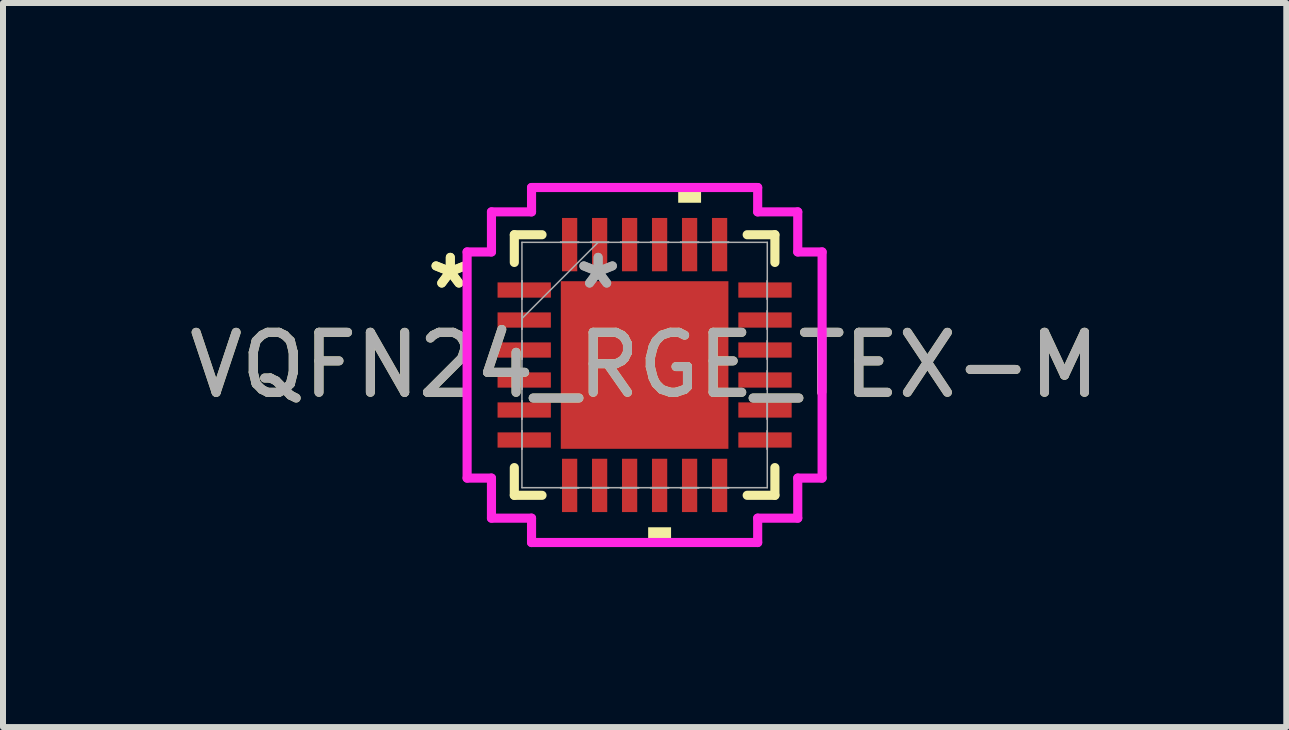
<source format=kicad_pcb>
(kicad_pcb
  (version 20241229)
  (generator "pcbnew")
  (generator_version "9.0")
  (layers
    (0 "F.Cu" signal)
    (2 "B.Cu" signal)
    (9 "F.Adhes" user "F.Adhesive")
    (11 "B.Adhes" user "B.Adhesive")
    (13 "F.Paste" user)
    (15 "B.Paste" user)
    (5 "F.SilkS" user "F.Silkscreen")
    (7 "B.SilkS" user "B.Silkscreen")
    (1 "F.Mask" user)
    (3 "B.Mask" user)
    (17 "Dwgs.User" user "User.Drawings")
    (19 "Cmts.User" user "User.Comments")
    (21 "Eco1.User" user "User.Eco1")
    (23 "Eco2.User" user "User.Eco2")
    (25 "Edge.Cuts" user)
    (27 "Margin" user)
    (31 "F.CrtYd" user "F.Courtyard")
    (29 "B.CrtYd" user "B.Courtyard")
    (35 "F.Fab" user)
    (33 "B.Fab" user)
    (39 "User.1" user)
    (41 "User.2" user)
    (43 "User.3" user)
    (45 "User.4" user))
  (footprint "VQFN24_RGE_TEX-M"
    (layer "F.Cu")
    (at 7.696 3.035)
    (property "Reference" "VQFN24_RGE_TEX-M" (at 0 0 0) (unlocked yes) (layer "F.SilkS") (effects (font (size 1 1) (thickness 0.15))))
    (attr smd)
    (fp_line (start -2.172 -2.172) (end -2.172 -1.71) (stroke (width 0.152) (type solid)) (layer "F.SilkS"))
    (fp_line (start -2.172 1.71) (end -2.172 2.172) (stroke (width 0.152) (type solid)) (layer "F.SilkS"))
    (fp_line (start -2.172 2.172) (end -1.71 2.172) (stroke (width 0.152) (type solid)) (layer "F.SilkS"))
    (fp_line (start -1.71 -2.172) (end -2.172 -2.172) (stroke (width 0.152) (type solid)) (layer "F.SilkS"))
    (fp_line (start 1.71 2.172) (end 2.172 2.172) (stroke (width 0.152) (type solid)) (layer "F.SilkS"))
    (fp_line (start 2.172 -2.172) (end 1.71 -2.172) (stroke (width 0.152) (type solid)) (layer "F.SilkS"))
    (fp_line (start 2.172 -1.71) (end 2.172 -2.172) (stroke (width 0.152) (type solid)) (layer "F.SilkS"))
    (fp_line (start 2.172 2.172) (end 2.172 1.71) (stroke (width 0.152) (type solid)) (layer "F.SilkS"))
    (fp_poly (pts (xy 0.059 2.705) (xy 0.059 2.959) (xy 0.441 2.959) (xy 0.441 2.705)) (stroke (width 0) (type solid)) (fill yes) (layer "F.SilkS"))
    (fp_poly (pts (xy 0.56 -2.705) (xy 0.56 -2.959) (xy 0.941 -2.959) (xy 0.941 -2.705)) (stroke (width 0) (type solid)) (fill yes) (layer "F.SilkS"))
    (fp_line (start -2.959 -1.885) (end -2.553 -1.885) (stroke (width 0.152) (type solid)) (layer "F.CrtYd"))
    (fp_line (start -2.959 1.885) (end -2.959 -1.885) (stroke (width 0.152) (type solid)) (layer "F.CrtYd"))
    (fp_line (start -2.553 -2.553) (end -1.885 -2.553) (stroke (width 0.152) (type solid)) (layer "F.CrtYd"))
    (fp_line (start -2.553 -1.885) (end -2.553 -2.553) (stroke (width 0.152) (type solid)) (layer "F.CrtYd"))
    (fp_line (start -2.553 1.885) (end -2.959 1.885) (stroke (width 0.152) (type solid)) (layer "F.CrtYd"))
    (fp_line (start -2.553 2.553) (end -2.553 1.885) (stroke (width 0.152) (type solid)) (layer "F.CrtYd"))
    (fp_line (start -1.885 -2.959) (end 1.885 -2.959) (stroke (width 0.152) (type solid)) (layer "F.CrtYd"))
    (fp_line (start -1.885 -2.553) (end -1.885 -2.959) (stroke (width 0.152) (type solid)) (layer "F.CrtYd"))
    (fp_line (start -1.885 2.553) (end -2.553 2.553) (stroke (width 0.152) (type solid)) (layer "F.CrtYd"))
    (fp_line (start -1.885 2.959) (end -1.885 2.553) (stroke (width 0.152) (type solid)) (layer "F.CrtYd"))
    (fp_line (start 1.885 -2.959) (end 1.885 -2.553) (stroke (width 0.152) (type solid)) (layer "F.CrtYd"))
    (fp_line (start 1.885 -2.553) (end 2.553 -2.553) (stroke (width 0.152) (type solid)) (layer "F.CrtYd"))
    (fp_line (start 1.885 2.553) (end 1.885 2.959) (stroke (width 0.152) (type solid)) (layer "F.CrtYd"))
    (fp_line (start 1.885 2.959) (end -1.885 2.959) (stroke (width 0.152) (type solid)) (layer "F.CrtYd"))
    (fp_line (start 2.553 -2.553) (end 2.553 -1.885) (stroke (width 0.152) (type solid)) (layer "F.CrtYd"))
    (fp_line (start 2.553 -1.885) (end 2.959 -1.885) (stroke (width 0.152) (type solid)) (layer "F.CrtYd"))
    (fp_line (start 2.553 1.885) (end 2.553 2.553) (stroke (width 0.152) (type solid)) (layer "F.CrtYd"))
    (fp_line (start 2.553 2.553) (end 1.885 2.553) (stroke (width 0.152) (type solid)) (layer "F.CrtYd"))
    (fp_line (start 2.959 -1.885) (end 2.959 1.885) (stroke (width 0.152) (type solid)) (layer "F.CrtYd"))
    (fp_line (start 2.959 1.885) (end 2.553 1.885) (stroke (width 0.152) (type solid)) (layer "F.CrtYd"))
    (fp_line (start -2.045 -2.045) (end -2.045 2.045) (stroke (width 0.025) (type solid)) (layer "F.Fab"))
    (fp_line (start -2.045 -1.402) (end -2.045 -1.402) (stroke (width 0.025) (type solid)) (layer "F.Fab"))
    (fp_line (start -2.045 -1.402) (end -2.045 -1.098) (stroke (width 0.025) (type solid)) (layer "F.Fab"))
    (fp_line (start -2.045 -1.098) (end -2.045 -1.402) (stroke (width 0.025) (type solid)) (layer "F.Fab"))
    (fp_line (start -2.045 -1.098) (end -2.045 -1.098) (stroke (width 0.025) (type solid)) (layer "F.Fab"))
    (fp_line (start -2.045 -0.902) (end -2.045 -0.902) (stroke (width 0.025) (type solid)) (layer "F.Fab"))
    (fp_line (start -2.045 -0.902) (end -2.045 -0.598) (stroke (width 0.025) (type solid)) (layer "F.Fab"))
    (fp_line (start -2.045 -0.775) (end -0.775 -2.045) (stroke (width 0.025) (type solid)) (layer "F.Fab"))
    (fp_line (start -2.045 -0.598) (end -2.045 -0.902) (stroke (width 0.025) (type solid)) (layer "F.Fab"))
    (fp_line (start -2.045 -0.598) (end -2.045 -0.598) (stroke (width 0.025) (type solid)) (layer "F.Fab"))
    (fp_line (start -2.045 -0.402) (end -2.045 -0.402) (stroke (width 0.025) (type solid)) (layer "F.Fab"))
    (fp_line (start -2.045 -0.402) (end -2.045 -0.098) (stroke (width 0.025) (type solid)) (layer "F.Fab"))
    (fp_line (start -2.045 -0.098) (end -2.045 -0.402) (stroke (width 0.025) (type solid)) (layer "F.Fab"))
    (fp_line (start -2.045 -0.098) (end -2.045 -0.098) (stroke (width 0.025) (type solid)) (layer "F.Fab"))
    (fp_line (start -2.045 0.098) (end -2.045 0.098) (stroke (width 0.025) (type solid)) (layer "F.Fab"))
    (fp_line (start -2.045 0.098) (end -2.045 0.402) (stroke (width 0.025) (type solid)) (layer "F.Fab"))
    (fp_line (start -2.045 0.402) (end -2.045 0.098) (stroke (width 0.025) (type solid)) (layer "F.Fab"))
    (fp_line (start -2.045 0.402) (end -2.045 0.402) (stroke (width 0.025) (type solid)) (layer "F.Fab"))
    (fp_line (start -2.045 0.598) (end -2.045 0.598) (stroke (width 0.025) (type solid)) (layer "F.Fab"))
    (fp_line (start -2.045 0.598) (end -2.045 0.902) (stroke (width 0.025) (type solid)) (layer "F.Fab"))
    (fp_line (start -2.045 0.902) (end -2.045 0.598) (stroke (width 0.025) (type solid)) (layer "F.Fab"))
    (fp_line (start -2.045 0.902) (end -2.045 0.902) (stroke (width 0.025) (type solid)) (layer "F.Fab"))
    (fp_line (start -2.045 1.098) (end -2.045 1.098) (stroke (width 0.025) (type solid)) (layer "F.Fab"))
    (fp_line (start -2.045 1.098) (end -2.045 1.402) (stroke (width 0.025) (type solid)) (layer "F.Fab"))
    (fp_line (start -2.045 1.402) (end -2.045 1.098) (stroke (width 0.025) (type solid)) (layer "F.Fab"))
    (fp_line (start -2.045 1.402) (end -2.045 1.402) (stroke (width 0.025) (type solid)) (layer "F.Fab"))
    (fp_line (start -2.045 2.045) (end 2.045 2.045) (stroke (width 0.025) (type solid)) (layer "F.Fab"))
    (fp_line (start -1.402 -2.045) (end -1.402 -2.045) (stroke (width 0.025) (type solid)) (layer "F.Fab"))
    (fp_line (start -1.402 -2.045) (end -1.098 -2.045) (stroke (width 0.025) (type solid)) (layer "F.Fab"))
    (fp_line (start -1.402 2.045) (end -1.402 2.045) (stroke (width 0.025) (type solid)) (layer "F.Fab"))
    (fp_line (start -1.402 2.045) (end -1.098 2.045) (stroke (width 0.025) (type solid)) (layer "F.Fab"))
    (fp_line (start -1.098 -2.045) (end -1.402 -2.045) (stroke (width 0.025) (type solid)) (layer "F.Fab"))
    (fp_line (start -1.098 -2.045) (end -1.098 -2.045) (stroke (width 0.025) (type solid)) (layer "F.Fab"))
    (fp_line (start -1.098 2.045) (end -1.402 2.045) (stroke (width 0.025) (type solid)) (layer "F.Fab"))
    (fp_line (start -1.098 2.045) (end -1.098 2.045) (stroke (width 0.025) (type solid)) (layer "F.Fab"))
    (fp_line (start -0.902 -2.045) (end -0.902 -2.045) (stroke (width 0.025) (type solid)) (layer "F.Fab"))
    (fp_line (start -0.902 -2.045) (end -0.598 -2.045) (stroke (width 0.025) (type solid)) (layer "F.Fab"))
    (fp_line (start -0.902 2.045) (end -0.902 2.045) (stroke (width 0.025) (type solid)) (layer "F.Fab"))
    (fp_line (start -0.902 2.045) (end -0.598 2.045) (stroke (width 0.025) (type solid)) (layer "F.Fab"))
    (fp_line (start -0.598 -2.045) (end -0.902 -2.045) (stroke (width 0.025) (type solid)) (layer "F.Fab"))
    (fp_line (start -0.598 -2.045) (end -0.598 -2.045) (stroke (width 0.025) (type solid)) (layer "F.Fab"))
    (fp_line (start -0.598 2.045) (end -0.902 2.045) (stroke (width 0.025) (type solid)) (layer "F.Fab"))
    (fp_line (start -0.598 2.045) (end -0.598 2.045) (stroke (width 0.025) (type solid)) (layer "F.Fab"))
    (fp_line (start -0.402 -2.045) (end -0.402 -2.045) (stroke (width 0.025) (type solid)) (layer "F.Fab"))
    (fp_line (start -0.402 -2.045) (end -0.098 -2.045) (stroke (width 0.025) (type solid)) (layer "F.Fab"))
    (fp_line (start -0.402 2.045) (end -0.402 2.045) (stroke (width 0.025) (type solid)) (layer "F.Fab"))
    (fp_line (start -0.402 2.045) (end -0.098 2.045) (stroke (width 0.025) (type solid)) (layer "F.Fab"))
    (fp_line (start -0.098 -2.045) (end -0.402 -2.045) (stroke (width 0.025) (type solid)) (layer "F.Fab"))
    (fp_line (start -0.098 -2.045) (end -0.098 -2.045) (stroke (width 0.025) (type solid)) (layer "F.Fab"))
    (fp_line (start -0.098 2.045) (end -0.402 2.045) (stroke (width 0.025) (type solid)) (layer "F.Fab"))
    (fp_line (start -0.098 2.045) (end -0.098 2.045) (stroke (width 0.025) (type solid)) (layer "F.Fab"))
    (fp_line (start 0.098 -2.045) (end 0.098 -2.045) (stroke (width 0.025) (type solid)) (layer "F.Fab"))
    (fp_line (start 0.098 -2.045) (end 0.402 -2.045) (stroke (width 0.025) (type solid)) (layer "F.Fab"))
    (fp_line (start 0.098 2.045) (end 0.098 2.045) (stroke (width 0.025) (type solid)) (layer "F.Fab"))
    (fp_line (start 0.098 2.045) (end 0.402 2.045) (stroke (width 0.025) (type solid)) (layer "F.Fab"))
    (fp_line (start 0.402 -2.045) (end 0.098 -2.045) (stroke (width 0.025) (type solid)) (layer "F.Fab"))
    (fp_line (start 0.402 -2.045) (end 0.402 -2.045) (stroke (width 0.025) (type solid)) (layer "F.Fab"))
    (fp_line (start 0.402 2.045) (end 0.098 2.045) (stroke (width 0.025) (type solid)) (layer "F.Fab"))
    (fp_line (start 0.402 2.045) (end 0.402 2.045) (stroke (width 0.025) (type solid)) (layer "F.Fab"))
    (fp_line (start 0.598 -2.045) (end 0.598 -2.045) (stroke (width 0.025) (type solid)) (layer "F.Fab"))
    (fp_line (start 0.598 -2.045) (end 0.902 -2.045) (stroke (width 0.025) (type solid)) (layer "F.Fab"))
    (fp_line (start 0.598 2.045) (end 0.598 2.045) (stroke (width 0.025) (type solid)) (layer "F.Fab"))
    (fp_line (start 0.598 2.045) (end 0.902 2.045) (stroke (width 0.025) (type solid)) (layer "F.Fab"))
    (fp_line (start 0.902 -2.045) (end 0.598 -2.045) (stroke (width 0.025) (type solid)) (layer "F.Fab"))
    (fp_line (start 0.902 -2.045) (end 0.902 -2.045) (stroke (width 0.025) (type solid)) (layer "F.Fab"))
    (fp_line (start 0.902 2.045) (end 0.598 2.045) (stroke (width 0.025) (type solid)) (layer "F.Fab"))
    (fp_line (start 0.902 2.045) (end 0.902 2.045) (stroke (width 0.025) (type solid)) (layer "F.Fab"))
    (fp_line (start 1.098 -2.045) (end 1.098 -2.045) (stroke (width 0.025) (type solid)) (layer "F.Fab"))
    (fp_line (start 1.098 -2.045) (end 1.402 -2.045) (stroke (width 0.025) (type solid)) (layer "F.Fab"))
    (fp_line (start 1.098 2.045) (end 1.098 2.045) (stroke (width 0.025) (type solid)) (layer "F.Fab"))
    (fp_line (start 1.098 2.045) (end 1.402 2.045) (stroke (width 0.025) (type solid)) (layer "F.Fab"))
    (fp_line (start 1.402 -2.045) (end 1.098 -2.045) (stroke (width 0.025) (type solid)) (layer "F.Fab"))
    (fp_line (start 1.402 -2.045) (end 1.402 -2.045) (stroke (width 0.025) (type solid)) (layer "F.Fab"))
    (fp_line (start 1.402 2.045) (end 1.098 2.045) (stroke (width 0.025) (type solid)) (layer "F.Fab"))
    (fp_line (start 1.402 2.045) (end 1.402 2.045) (stroke (width 0.025) (type solid)) (layer "F.Fab"))
    (fp_line (start 2.045 -2.045) (end -2.045 -2.045) (stroke (width 0.025) (type solid)) (layer "F.Fab"))
    (fp_line (start 2.045 -1.402) (end 2.045 -1.402) (stroke (width 0.025) (type solid)) (layer "F.Fab"))
    (fp_line (start 2.045 -1.402) (end 2.045 -1.098) (stroke (width 0.025) (type solid)) (layer "F.Fab"))
    (fp_line (start 2.045 -1.098) (end 2.045 -1.402) (stroke (width 0.025) (type solid)) (layer "F.Fab"))
    (fp_line (start 2.045 -1.098) (end 2.045 -1.098) (stroke (width 0.025) (type solid)) (layer "F.Fab"))
    (fp_line (start 2.045 -0.902) (end 2.045 -0.902) (stroke (width 0.025) (type solid)) (layer "F.Fab"))
    (fp_line (start 2.045 -0.902) (end 2.045 -0.598) (stroke (width 0.025) (type solid)) (layer "F.Fab"))
    (fp_line (start 2.045 -0.598) (end 2.045 -0.902) (stroke (width 0.025) (type solid)) (layer "F.Fab"))
    (fp_line (start 2.045 -0.598) (end 2.045 -0.598) (stroke (width 0.025) (type solid)) (layer "F.Fab"))
    (fp_line (start 2.045 -0.402) (end 2.045 -0.402) (stroke (width 0.025) (type solid)) (layer "F.Fab"))
    (fp_line (start 2.045 -0.402) (end 2.045 -0.098) (stroke (width 0.025) (type solid)) (layer "F.Fab"))
    (fp_line (start 2.045 -0.098) (end 2.045 -0.402) (stroke (width 0.025) (type solid)) (layer "F.Fab"))
    (fp_line (start 2.045 -0.098) (end 2.045 -0.098) (stroke (width 0.025) (type solid)) (layer "F.Fab"))
    (fp_line (start 2.045 0.098) (end 2.045 0.098) (stroke (width 0.025) (type solid)) (layer "F.Fab"))
    (fp_line (start 2.045 0.098) (end 2.045 0.402) (stroke (width 0.025) (type solid)) (layer "F.Fab"))
    (fp_line (start 2.045 0.402) (end 2.045 0.098) (stroke (width 0.025) (type solid)) (layer "F.Fab"))
    (fp_line (start 2.045 0.402) (end 2.045 0.402) (stroke (width 0.025) (type solid)) (layer "F.Fab"))
    (fp_line (start 2.045 0.598) (end 2.045 0.598) (stroke (width 0.025) (type solid)) (layer "F.Fab"))
    (fp_line (start 2.045 0.598) (end 2.045 0.902) (stroke (width 0.025) (type solid)) (layer "F.Fab"))
    (fp_line (start 2.045 0.902) (end 2.045 0.598) (stroke (width 0.025) (type solid)) (layer "F.Fab"))
    (fp_line (start 2.045 0.902) (end 2.045 0.902) (stroke (width 0.025) (type solid)) (layer "F.Fab"))
    (fp_line (start 2.045 1.098) (end 2.045 1.098) (stroke (width 0.025) (type solid)) (layer "F.Fab"))
    (fp_line (start 2.045 1.098) (end 2.045 1.402) (stroke (width 0.025) (type solid)) (layer "F.Fab"))
    (fp_line (start 2.045 1.402) (end 2.045 1.098) (stroke (width 0.025) (type solid)) (layer "F.Fab"))
    (fp_line (start 2.045 1.402) (end 2.045 1.402) (stroke (width 0.025) (type solid)) (layer "F.Fab"))
    (fp_line (start 2.045 2.045) (end 2.045 -2.045) (stroke (width 0.025) (type solid)) (layer "F.Fab"))
    (fp_text user "*" (at -3.239 -1.25 0) (unlocked yes) (layer "F.SilkS") (effects (font (size 1 1) (thickness 0.15))))
    (fp_text user "*" (at -3.239 -1.25 0) (layer "F.SilkS") (effects (font (size 1 1) (thickness 0.15))))
    (fp_text user "${REFERENCE}" (at 0 0 0) (unlocked yes) (layer "F.Fab") (effects (font (size 1 1) (thickness 0.15))))
    (fp_text user "*" (at -0.775 -1.25 0) (unlocked yes) (layer "F.Fab") (effects (font (size 1 1) (thickness 0.15))))
    (fp_text user "*" (at -0.775 -1.25 0) (layer "F.Fab") (effects (font (size 1 1) (thickness 0.15))))
    (pad "1" smd rect (at -2.007 -1.25 90) (size 0.254 0.889) (layers "F.Cu" "F.Mask" "F.Paste"))
    (pad "2" smd rect (at -2.007 -0.75 90) (size 0.254 0.889) (layers "F.Cu" "F.Mask" "F.Paste"))
    (pad "3" smd rect (at -2.007 -0.25 90) (size 0.254 0.889) (layers "F.Cu" "F.Mask" "F.Paste"))
    (pad "4" smd rect (at -2.007 0.25 90) (size 0.254 0.889) (layers "F.Cu" "F.Mask" "F.Paste"))
    (pad "5" smd rect (at -2.007 0.75 90) (size 0.254 0.889) (layers "F.Cu" "F.Mask" "F.Paste"))
    (pad "6" smd rect (at -2.007 1.25 90) (size 0.254 0.889) (layers "F.Cu" "F.Mask" "F.Paste"))
    (pad "7" smd rect (at -1.25 2.007) (size 0.254 0.889) (layers "F.Cu" "F.Mask" "F.Paste"))
    (pad "8" smd rect (at -0.75 2.007) (size 0.254 0.889) (layers "F.Cu" "F.Mask" "F.Paste"))
    (pad "9" smd rect (at -0.25 2.007) (size 0.254 0.889) (layers "F.Cu" "F.Mask" "F.Paste"))
    (pad "10" smd rect (at 0.25 2.007) (size 0.254 0.889) (layers "F.Cu" "F.Mask" "F.Paste"))
    (pad "11" smd rect (at 0.75 2.007) (size 0.254 0.889) (layers "F.Cu" "F.Mask" "F.Paste"))
    (pad "12" smd rect (at 1.25 2.007) (size 0.254 0.889) (layers "F.Cu" "F.Mask" "F.Paste"))
    (pad "13" smd rect (at 2.007 1.25 90) (size 0.254 0.889) (layers "F.Cu" "F.Mask" "F.Paste"))
    (pad "14" smd rect (at 2.007 0.75 90) (size 0.254 0.889) (layers "F.Cu" "F.Mask" "F.Paste"))
    (pad "15" smd rect (at 2.007 0.25 90) (size 0.254 0.889) (layers "F.Cu" "F.Mask" "F.Paste"))
    (pad "16" smd rect (at 2.007 -0.25 90) (size 0.254 0.889) (layers "F.Cu" "F.Mask" "F.Paste"))
    (pad "17" smd rect (at 2.007 -0.75 90) (size 0.254 0.889) (layers "F.Cu" "F.Mask" "F.Paste"))
    (pad "18" smd rect (at 2.007 -1.25 90) (size 0.254 0.889) (layers "F.Cu" "F.Mask" "F.Paste"))
    (pad "19" smd rect (at 1.25 -2.007) (size 0.254 0.889) (layers "F.Cu" "F.Mask" "F.Paste"))
    (pad "20" smd rect (at 0.75 -2.007) (size 0.254 0.889) (layers "F.Cu" "F.Mask" "F.Paste"))
    (pad "21" smd rect (at 0.25 -2.007) (size 0.254 0.889) (layers "F.Cu" "F.Mask" "F.Paste"))
    (pad "22" smd rect (at -0.25 -2.007) (size 0.254 0.889) (layers "F.Cu" "F.Mask" "F.Paste"))
    (pad "23" smd rect (at -0.75 -2.007) (size 0.254 0.889) (layers "F.Cu" "F.Mask" "F.Paste"))
    (pad "24" smd rect (at -1.25 -2.007) (size 0.254 0.889) (layers "F.Cu" "F.Mask" "F.Paste"))
    (pad "25" smd rect (at 0 0) (size 2.794 2.794) (layers "F.Cu" "F.Mask" "F.Paste")))
  (gr_rect
    (start -3 -3)
    (end 18.393 9.071)
    (stroke (width 0.1) (type default))
    (fill no)
    (layer "Edge.Cuts")))
</source>
